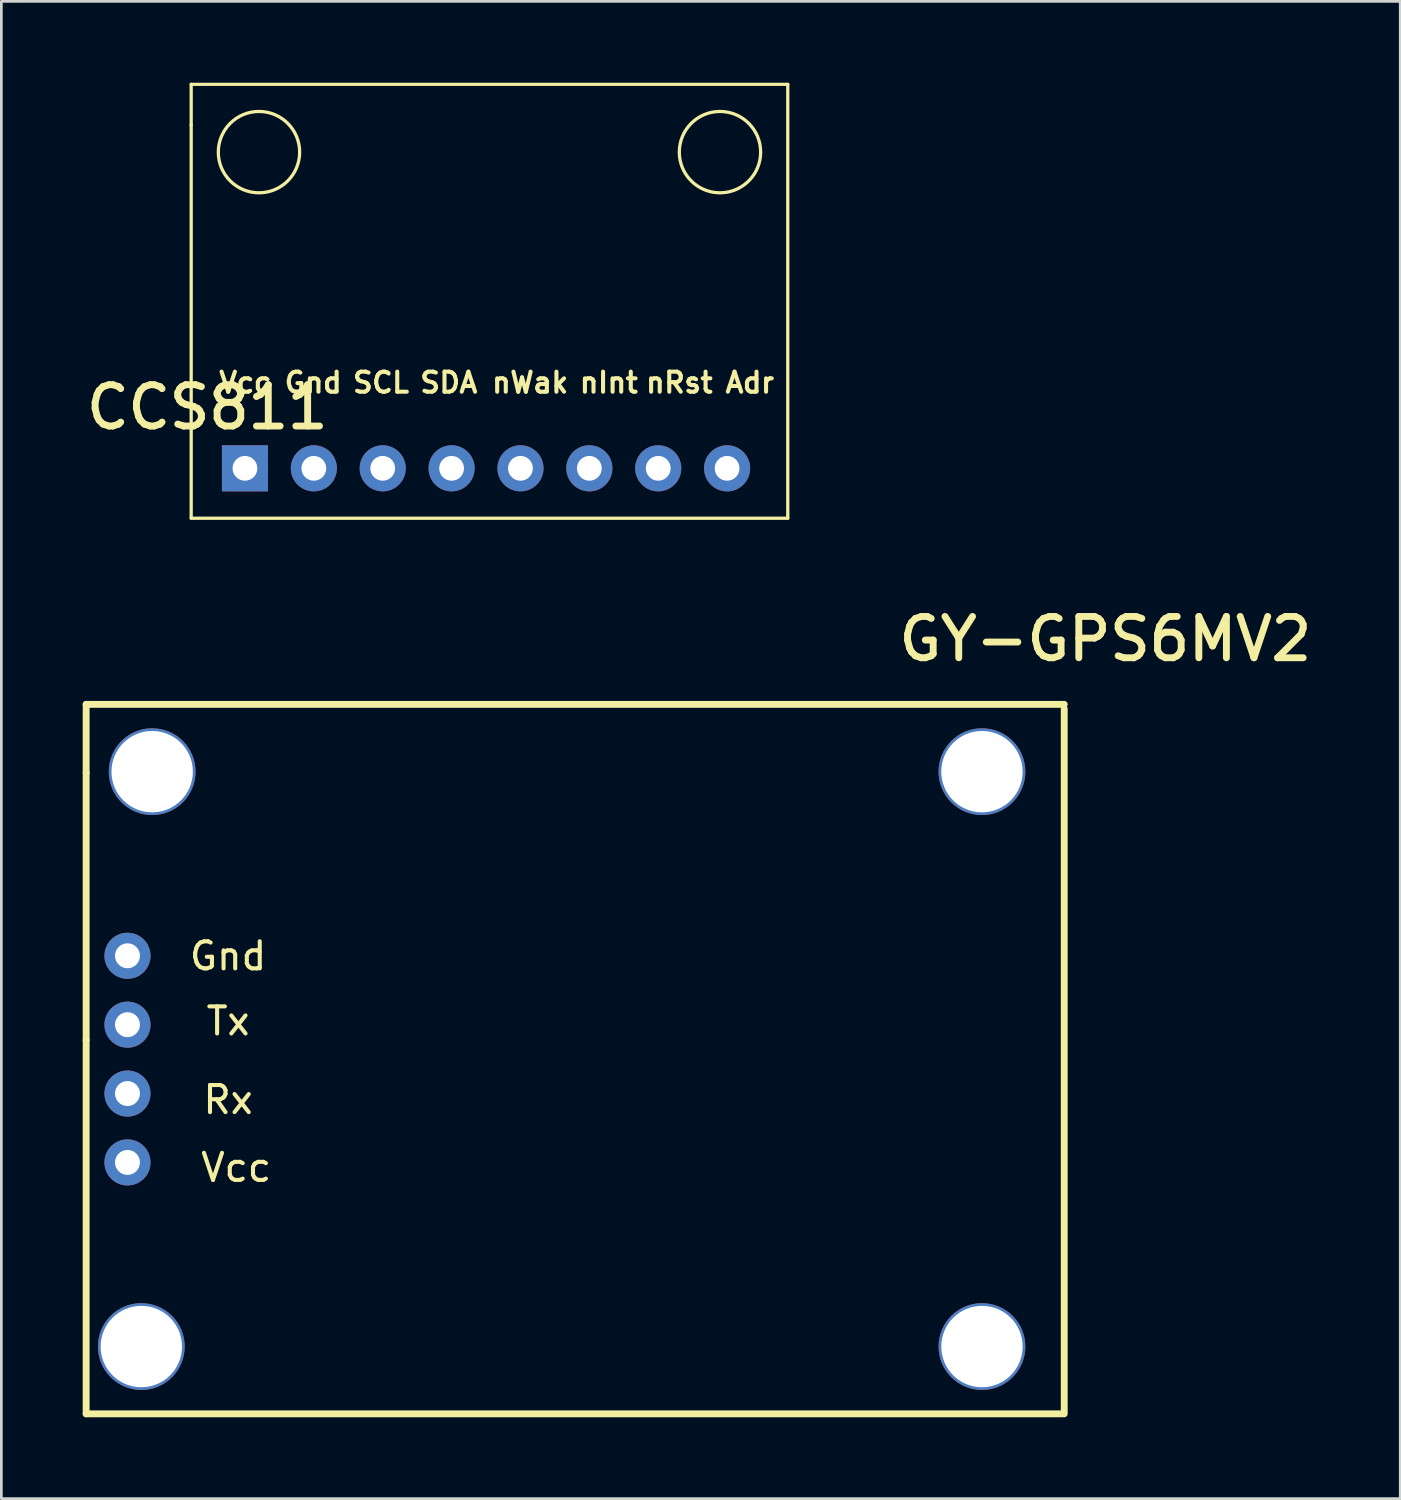
<source format=kicad_pcb>
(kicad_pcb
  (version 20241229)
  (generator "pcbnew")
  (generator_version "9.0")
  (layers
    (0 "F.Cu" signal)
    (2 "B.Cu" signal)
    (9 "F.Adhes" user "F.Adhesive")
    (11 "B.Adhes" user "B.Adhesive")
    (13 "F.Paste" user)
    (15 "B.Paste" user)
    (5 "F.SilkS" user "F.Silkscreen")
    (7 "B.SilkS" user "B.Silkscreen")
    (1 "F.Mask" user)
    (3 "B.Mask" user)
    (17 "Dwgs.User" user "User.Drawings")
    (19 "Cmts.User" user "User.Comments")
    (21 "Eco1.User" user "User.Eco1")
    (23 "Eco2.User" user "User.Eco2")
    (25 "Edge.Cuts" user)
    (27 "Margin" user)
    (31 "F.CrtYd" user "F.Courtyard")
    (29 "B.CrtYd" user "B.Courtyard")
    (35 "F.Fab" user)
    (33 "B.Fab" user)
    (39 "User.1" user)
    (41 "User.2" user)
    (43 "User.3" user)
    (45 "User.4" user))
  (footprint "GY-GPS6MV2"
    (layer "F.Cu")
    (at 18.161 36.006)
    (property "Reference" "GY-GPS6MV2" (at 11.8 -14.6 0) (unlocked yes) (layer "F.SilkS") (effects (font (size 1.524 1.524) (thickness 0.254)) (justify left bottom)))
    (fp_line (start -18.034 -13.081) (end -18.034 -10.561) (stroke (width 0.254) (type solid)) (layer "F.SilkS"))
    (fp_line (start -18.034 -13.081) (end 18.034 -13.081) (stroke (width 0.254) (type solid)) (layer "F.SilkS"))
    (fp_line (start -18.034 -10.561) (end -18.034 -0.699) (stroke (width 0.254) (type solid)) (layer "F.SilkS"))
    (fp_line (start -18.034 -0.699) (end -18.034 13.081) (stroke (width 0.254) (type solid)) (layer "F.SilkS"))
    (fp_line (start -18.034 13.081) (end 17.966 13.081) (stroke (width 0.254) (type solid)) (layer "F.SilkS"))
    (fp_line (start 18.034 -12.919) (end 18.034 13.081) (stroke (width 0.254) (type solid)) (layer "F.SilkS"))
    (fp_text user "Gnd" (at -12.8 -3.8 0) (unlocked yes) (layer "F.SilkS") (effects (font (size 1 1) (thickness 0.15))))
    (fp_text user "Vcc" (at -12.5 4 0) (unlocked yes) (layer "F.SilkS") (effects (font (size 1 1) (thickness 0.15))))
    (fp_text user "Rx" (at -12.8 1.5 0) (unlocked yes) (layer "F.SilkS") (effects (font (size 1 1) (thickness 0.15))))
    (fp_text user "Tx" (at -12.8 -1.4 0) (unlocked yes) (layer "F.SilkS") (effects (font (size 1 1) (thickness 0.15))))
    (pad "" thru_hole circle (at -16 10.6 180) (size 3.2 3.2) (drill 3) (layers "*.Cu" "*.Mask") (remove_unused_layers yes) (keep_end_layers yes) (zone_layer_connections))
    (pad "" thru_hole circle (at -15.6 -10.6 180) (size 3.2 3.2) (drill 3) (layers "*.Cu" "*.Mask") (remove_unused_layers yes) (keep_end_layers yes) (zone_layer_connections))
    (pad "" thru_hole circle (at 15 -10.6 180) (size 3.2 3.2) (drill 3) (layers "*.Cu" "*.Mask") (remove_unused_layers yes) (keep_end_layers yes) (zone_layer_connections))
    (pad "" thru_hole circle (at 15 10.6 180) (size 3.2 3.2) (drill 3) (layers "*.Cu" "*.Mask") (remove_unused_layers yes) (keep_end_layers yes) (zone_layer_connections))
    (pad "1" thru_hole circle (at -16.51 3.81) (size 1.7 1.7) (drill 0.92) (layers "*.Cu" "*.Mask"))
    (pad "2" thru_hole circle (at -16.51 1.27) (size 1.7 1.7) (drill 0.92) (layers "*.Cu" "*.Mask"))
    (pad "3" thru_hole circle (at -16.51 -1.27) (size 1.7 1.7) (drill 0.92) (layers "*.Cu" "*.Mask"))
    (pad "4" thru_hole circle (at -16.51 -3.81) (size 1.7 1.7) (drill 0.92) (layers "*.Cu" "*.Mask")))
  (footprint "CCS811"
    (layer "F.Cu")
    (at 12 8.06)
    (property "Reference" "CCS811" (at -12 4.8 0) (unlocked yes) (layer "F.SilkS") (effects (font (size 1.524 1.524) (thickness 0.254)) (justify left bottom)))
    (fp_line (start -8 -8) (end -8 -6.5) (stroke (width 0.12) (type solid)) (layer "F.SilkS"))
    (fp_line (start -8 8) (end -8 -6.5) (stroke (width 0.12) (type solid)) (layer "F.SilkS"))
    (fp_line (start 14 -8) (end -8 -8) (stroke (width 0.12) (type solid)) (layer "F.SilkS"))
    (fp_line (start 14 8) (end -8 8) (stroke (width 0.12) (type solid)) (layer "F.SilkS"))
    (fp_line (start 14 8) (end 14 -8) (stroke (width 0.12) (type solid)) (layer "F.SilkS"))
    (fp_circle (center -5.5 -5.5) (end -4 -5.5) (stroke (width 0.12) (type solid)) (fill no) (layer "F.SilkS"))
    (fp_circle (center 11.5 -5.5) (end 13 -5.5) (stroke (width 0.12) (type solid)) (fill no) (layer "F.SilkS"))
    (fp_text user "Gnd" (at -3.5 3 0) (unlocked yes) (layer "F.SilkS") (effects (font (size 0.74 0.74) (thickness 0.15))))
    (fp_text user "nWak" (at 4.5 3 0) (unlocked yes) (layer "F.SilkS") (effects (font (size 0.74 0.74) (thickness 0.15))))
    (fp_text user "SDA" (at 1.5 3 0) (unlocked yes) (layer "F.SilkS") (effects (font (size 0.74 0.74) (thickness 0.15))))
    (fp_text user "nRst" (at 10 3 0) (unlocked yes) (layer "F.SilkS") (effects (font (size 0.74 0.74) (thickness 0.15))))
    (fp_text user "SCL" (at -1 3 0) (unlocked yes) (layer "F.SilkS") (effects (font (size 0.74 0.74) (thickness 0.15))))
    (fp_text user "Adr" (at 12.6 3 0) (unlocked yes) (layer "F.SilkS") (effects (font (size 0.74 0.74) (thickness 0.15))))
    (fp_text user "Vcc" (at -6 3 0) (unlocked yes) (layer "F.SilkS") (effects (font (size 0.74 0.74) (thickness 0.15))))
    (fp_text user "nInt" (at 7.4 3 0) (unlocked yes) (layer "F.SilkS") (effects (font (size 0.74 0.74) (thickness 0.15))))
    (pad "1" thru_hole rect (at -6.017 6.16 180) (size 1.7 1.7) (drill 0.914) (layers "*.Cu" "*.Mask"))
    (pad "2" thru_hole circle (at -3.477 6.16 180) (size 1.7 1.7) (drill 0.914) (layers "*.Cu" "*.Mask"))
    (pad "3" thru_hole circle (at -0.937 6.16 180) (size 1.7 1.7) (drill 0.914) (layers "*.Cu" "*.Mask"))
    (pad "4" thru_hole circle (at 1.603 6.16 180) (size 1.7 1.7) (drill 0.914) (layers "*.Cu" "*.Mask"))
    (pad "5" thru_hole circle (at 4.143 6.16 180) (size 1.7 1.7) (drill 0.914) (layers "*.Cu" "*.Mask"))
    (pad "6" thru_hole circle (at 6.683 6.16 180) (size 1.7 1.7) (drill 0.914) (layers "*.Cu" "*.Mask"))
    (pad "7" thru_hole circle (at 9.223 6.16 180) (size 1.7 1.7) (drill 0.914) (layers "*.Cu" "*.Mask"))
    (pad "8" thru_hole circle (at 11.763 6.16 180) (size 1.7 1.7) (drill 0.914) (layers "*.Cu" "*.Mask")))
  (gr_rect
    (start -3 -3)
    (end 48.586 52.214)
    (stroke (width 0.1) (type default))
    (fill no)
    (layer "Edge.Cuts")))
</source>
